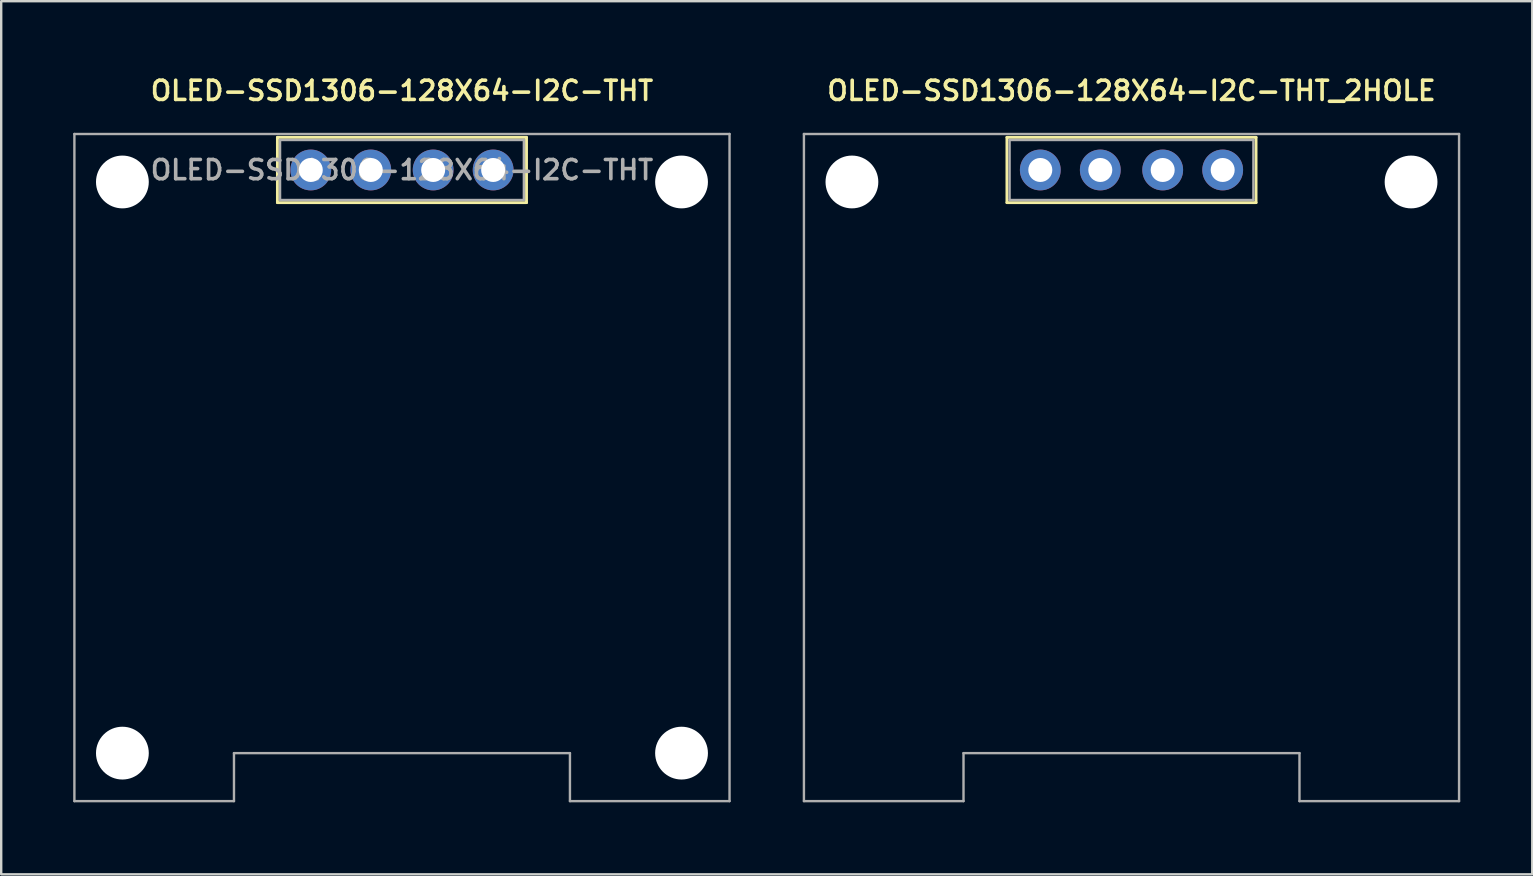
<source format=kicad_pcb>
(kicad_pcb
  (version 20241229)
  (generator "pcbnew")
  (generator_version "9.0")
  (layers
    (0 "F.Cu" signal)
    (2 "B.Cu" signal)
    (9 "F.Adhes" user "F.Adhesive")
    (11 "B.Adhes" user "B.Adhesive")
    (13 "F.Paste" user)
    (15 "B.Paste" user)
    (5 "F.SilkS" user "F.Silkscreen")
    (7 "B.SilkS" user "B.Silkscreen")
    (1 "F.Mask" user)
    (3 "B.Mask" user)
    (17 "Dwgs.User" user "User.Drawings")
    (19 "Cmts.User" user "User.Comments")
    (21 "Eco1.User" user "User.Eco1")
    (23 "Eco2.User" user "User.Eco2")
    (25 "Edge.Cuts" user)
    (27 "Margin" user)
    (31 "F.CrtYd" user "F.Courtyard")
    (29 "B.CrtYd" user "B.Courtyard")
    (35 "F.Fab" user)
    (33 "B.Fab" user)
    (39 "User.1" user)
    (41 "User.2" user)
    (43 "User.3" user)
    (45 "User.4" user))
  (footprint "OLED-SSD1306-128X64-I2C-THT"
    (layer "F.Cu")
    (at 13.7 4.033)
    (property "Reference" "OLED-SSD1306-128X64-I2C-THT" (at 0 -3.302 0) (layer "F.SilkS") (effects (font (size 0.8 0.8) (thickness 0.15))))
    (attr through_hole)
    (fp_line (start -5.19 1.36) (end -5.19 -1.36) (stroke (width 0.12) (type solid)) (layer "F.SilkS"))
    (fp_line (start -5.19 1.36) (end 5.19 1.36) (stroke (width 0.12) (type solid)) (layer "F.SilkS"))
    (fp_line (start 5.19 -1.36) (end -5.19 -1.36) (stroke (width 0.12) (type solid)) (layer "F.SilkS"))
    (fp_line (start 5.19 1.36) (end 5.19 -1.36) (stroke (width 0.12) (type solid)) (layer "F.SilkS"))
    (fp_line (start -13.65 -1.5) (end -13.65 26.3) (stroke (width 0.1) (type solid)) (layer "F.Fab"))
    (fp_line (start -13.65 -1.5) (end 13.65 -1.5) (stroke (width 0.1) (type solid)) (layer "F.Fab"))
    (fp_line (start -13.65 26.3) (end -7 26.3) (stroke (width 0.1) (type solid)) (layer "F.Fab"))
    (fp_line (start -7 24.3) (end -7 26.3) (stroke (width 0.1) (type solid)) (layer "F.Fab"))
    (fp_line (start -5.08 1.25) (end -5.08 -1.25) (stroke (width 0.1) (type solid)) (layer "F.Fab"))
    (fp_line (start 5.08 -1.25) (end -5.08 -1.25) (stroke (width 0.1) (type solid)) (layer "F.Fab"))
    (fp_line (start 5.08 1.25) (end -5.08 1.25) (stroke (width 0.1) (type solid)) (layer "F.Fab"))
    (fp_line (start 5.08 1.25) (end 5.08 -1.25) (stroke (width 0.1) (type solid)) (layer "F.Fab"))
    (fp_line (start 7 24.3) (end -7 24.3) (stroke (width 0.1) (type solid)) (layer "F.Fab"))
    (fp_line (start 7 24.3) (end 7 26.3) (stroke (width 0.1) (type solid)) (layer "F.Fab"))
    (fp_line (start 7 26.3) (end 13.65 26.3) (stroke (width 0.1) (type solid)) (layer "F.Fab"))
    (fp_line (start 13.65 -1.5) (end 13.65 26.3) (stroke (width 0.1) (type solid)) (layer "F.Fab"))
    (fp_text user "${REFERENCE}" (at 0 0 0) (layer "F.Fab") (effects (font (size 0.8 0.8) (thickness 0.15))))
    (pad "" np_thru_hole circle (at -11.65 0.5) (size 2.2 2.2) (drill 2.2) (layers "*.Cu" "*.Mask"))
    (pad "" np_thru_hole circle (at -11.65 24.3) (size 2.2 2.2) (drill 2.2) (layers "*.Cu" "*.Mask"))
    (pad "" np_thru_hole circle (at 11.65 0.5) (size 2.2 2.2) (drill 2.2) (layers "*.Cu" "*.Mask"))
    (pad "" np_thru_hole circle (at 11.65 24.3) (size 2.2 2.2) (drill 2.2) (layers "*.Cu" "*.Mask"))
    (pad "1" thru_hole circle (at 3.8 0) (size 1.7 1.7) (drill 1) (layers "*.Cu" "*.Mask"))
    (pad "2" thru_hole circle (at 1.3 0) (size 1.7 1.7) (drill 1) (layers "*.Cu" "*.Mask"))
    (pad "3" thru_hole circle (at -1.3 0) (size 1.7 1.7) (drill 1) (layers "*.Cu" "*.Mask"))
    (pad "4" thru_hole circle (at -3.8 0) (size 1.7 1.7) (drill 1) (layers "*.Cu" "*.Mask")))
  (footprint "OLED-SSD1306-128X64-I2C-THT_2HOLE"
    (layer "F.Cu")
    (at 44.1 4.033)
    (property "Reference" "OLED-SSD1306-128X64-I2C-THT_2HOLE" (at 0 -3.302 0) (layer "F.SilkS") (effects (font (size 0.8 0.8) (thickness 0.15))))
    (attr through_hole)
    (fp_line (start -5.19 1.36) (end -5.19 -1.36) (stroke (width 0.12) (type solid)) (layer "F.SilkS"))
    (fp_line (start -5.19 1.36) (end 5.19 1.36) (stroke (width 0.12) (type solid)) (layer "F.SilkS"))
    (fp_line (start 5.19 -1.36) (end -5.19 -1.36) (stroke (width 0.12) (type solid)) (layer "F.SilkS"))
    (fp_line (start 5.19 1.36) (end 5.19 -1.36) (stroke (width 0.12) (type solid)) (layer "F.SilkS"))
    (fp_line (start -13.65 -1.5) (end -13.65 26.3) (stroke (width 0.1) (type solid)) (layer "F.Fab"))
    (fp_line (start -13.65 -1.5) (end 13.65 -1.5) (stroke (width 0.1) (type solid)) (layer "F.Fab"))
    (fp_line (start -13.65 26.3) (end -7 26.3) (stroke (width 0.1) (type solid)) (layer "F.Fab"))
    (fp_line (start -7 24.3) (end -7 26.3) (stroke (width 0.1) (type solid)) (layer "F.Fab"))
    (fp_line (start -5.08 1.25) (end -5.08 -1.25) (stroke (width 0.1) (type solid)) (layer "F.Fab"))
    (fp_line (start 5.08 -1.25) (end -5.08 -1.25) (stroke (width 0.1) (type solid)) (layer "F.Fab"))
    (fp_line (start 5.08 1.25) (end -5.08 1.25) (stroke (width 0.1) (type solid)) (layer "F.Fab"))
    (fp_line (start 5.08 1.25) (end 5.08 -1.25) (stroke (width 0.1) (type solid)) (layer "F.Fab"))
    (fp_line (start 7 24.3) (end -7 24.3) (stroke (width 0.1) (type solid)) (layer "F.Fab"))
    (fp_line (start 7 24.3) (end 7 26.3) (stroke (width 0.1) (type solid)) (layer "F.Fab"))
    (fp_line (start 7 26.3) (end 13.65 26.3) (stroke (width 0.1) (type solid)) (layer "F.Fab"))
    (fp_line (start 13.65 -1.5) (end 13.65 26.3) (stroke (width 0.1) (type solid)) (layer "F.Fab"))
    (pad "" np_thru_hole circle (at -11.65 0.5) (size 2.2 2.2) (drill 2.2) (layers "*.Cu" "*.Mask"))
    (pad "" np_thru_hole circle (at 11.65 0.5) (size 2.2 2.2) (drill 2.2) (layers "*.Cu" "*.Mask"))
    (pad "1" thru_hole circle (at 3.8 0) (size 1.7 1.7) (drill 1) (layers "*.Cu" "*.Mask"))
    (pad "2" thru_hole circle (at 1.3 0) (size 1.7 1.7) (drill 1) (layers "*.Cu" "*.Mask"))
    (pad "3" thru_hole circle (at -1.3 0) (size 1.7 1.7) (drill 1) (layers "*.Cu" "*.Mask"))
    (pad "4" thru_hole circle (at -3.8 0) (size 1.7 1.7) (drill 1) (layers "*.Cu" "*.Mask")))
  (gr_rect
    (start -3 -3)
    (end 60.8 33.383)
    (stroke (width 0.1) (type default))
    (fill no)
    (layer "Edge.Cuts")))
</source>
